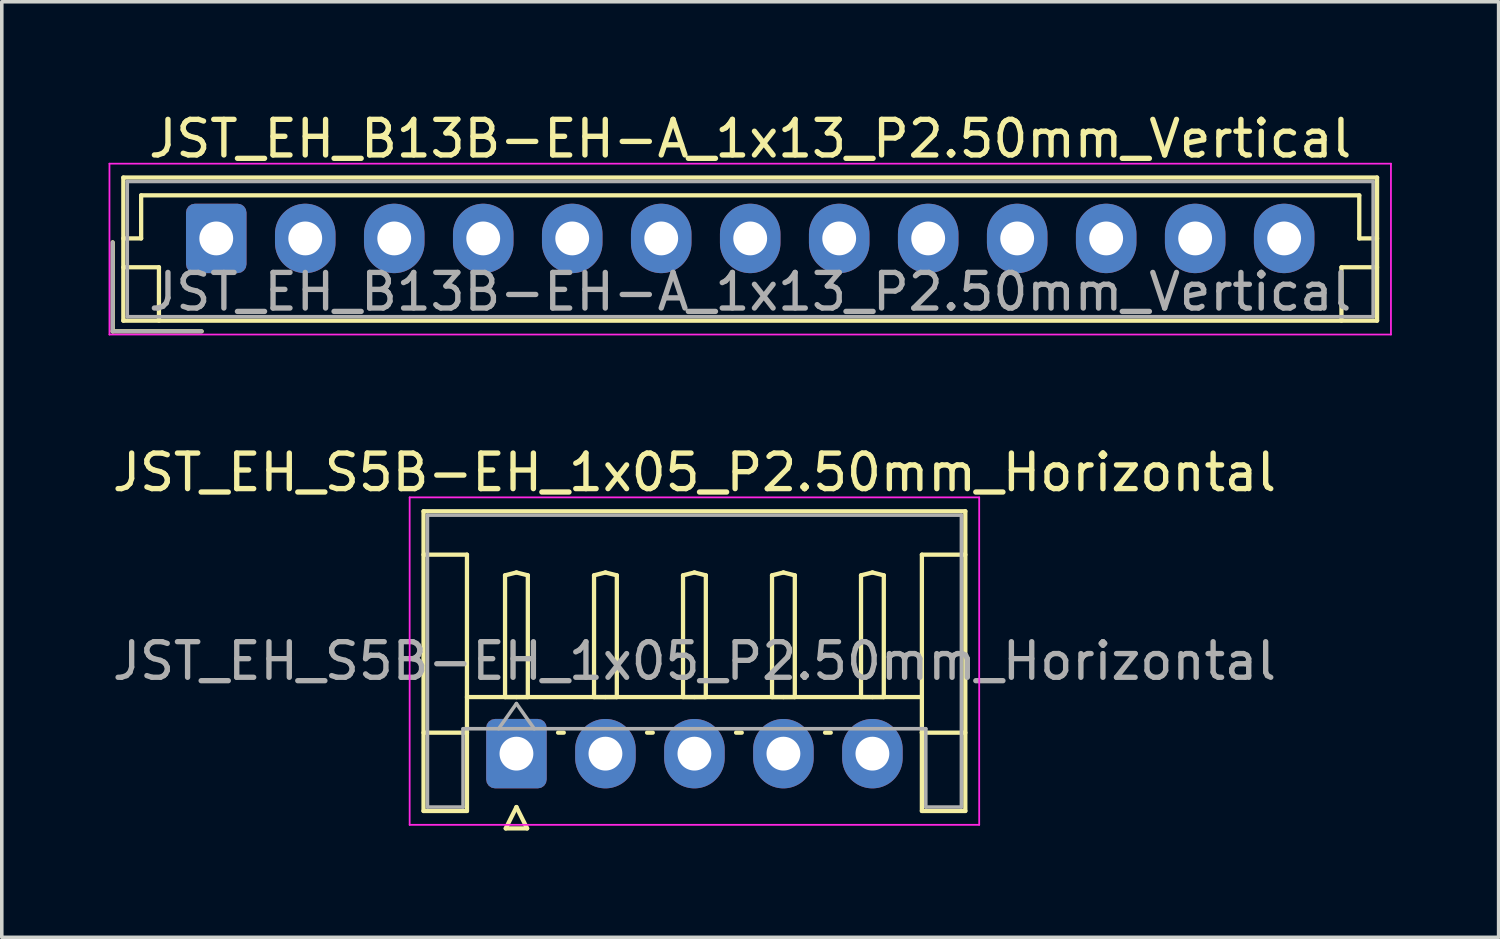
<source format=kicad_pcb>
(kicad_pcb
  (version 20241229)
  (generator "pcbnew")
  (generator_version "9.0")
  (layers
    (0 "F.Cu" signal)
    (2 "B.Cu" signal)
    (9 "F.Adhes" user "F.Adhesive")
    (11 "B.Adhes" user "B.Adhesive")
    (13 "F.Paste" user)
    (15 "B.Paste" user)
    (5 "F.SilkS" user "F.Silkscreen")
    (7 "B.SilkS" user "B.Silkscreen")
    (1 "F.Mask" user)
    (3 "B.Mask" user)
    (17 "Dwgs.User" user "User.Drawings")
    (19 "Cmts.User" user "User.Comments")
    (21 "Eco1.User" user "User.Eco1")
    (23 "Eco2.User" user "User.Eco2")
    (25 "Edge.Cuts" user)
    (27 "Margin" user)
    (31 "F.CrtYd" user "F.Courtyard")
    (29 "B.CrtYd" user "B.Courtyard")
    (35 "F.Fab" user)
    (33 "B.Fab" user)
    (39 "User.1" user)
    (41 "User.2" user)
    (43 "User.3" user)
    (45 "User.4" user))
  (footprint "JST_EH_S5B-EH_1x05_P2.50mm_Horizontal"
    (layer "F.Cu")
    (at 11.458 18.122)
    (property "Reference" "JST_EH_S5B-EH_1x05_P2.50mm_Horizontal" (at 5 -7.9 0) (layer "F.SilkS") (effects (font (size 1 1) (thickness 0.15))))
    (attr through_hole)
    (fp_line (start -2.61 -6.81) (end 12.61 -6.81) (stroke (width 0.12) (type solid)) (layer "F.SilkS"))
    (fp_line (start -2.61 -5.59) (end -1.39 -5.59) (stroke (width 0.12) (type solid)) (layer "F.SilkS"))
    (fp_line (start -2.61 1.61) (end -2.61 -6.81) (stroke (width 0.12) (type solid)) (layer "F.SilkS"))
    (fp_line (start -1.39 -5.59) (end -1.39 -0.59) (stroke (width 0.12) (type solid)) (layer "F.SilkS"))
    (fp_line (start -1.39 -1.59) (end 11.39 -1.59) (stroke (width 0.12) (type solid)) (layer "F.SilkS"))
    (fp_line (start -1.39 -0.59) (end -2.61 -0.59) (stroke (width 0.12) (type solid)) (layer "F.SilkS"))
    (fp_line (start -1.39 -0.59) (end -1.39 1.61) (stroke (width 0.12) (type solid)) (layer "F.SilkS"))
    (fp_line (start -1.39 1.61) (end -2.61 1.61) (stroke (width 0.12) (type solid)) (layer "F.SilkS"))
    (fp_line (start -0.32 -5.01) (end 0 -5.09) (stroke (width 0.12) (type solid)) (layer "F.SilkS"))
    (fp_line (start -0.32 -1.59) (end -0.32 -5.01) (stroke (width 0.12) (type solid)) (layer "F.SilkS"))
    (fp_line (start -0.3 2.1) (end 0.3 2.1) (stroke (width 0.12) (type solid)) (layer "F.SilkS"))
    (fp_line (start 0 -5.09) (end 0.32 -5.01) (stroke (width 0.12) (type solid)) (layer "F.SilkS"))
    (fp_line (start 0 -1.59) (end -0.32 -1.59) (stroke (width 0.12) (type solid)) (layer "F.SilkS"))
    (fp_line (start 0 1.5) (end -0.3 2.1) (stroke (width 0.12) (type solid)) (layer "F.SilkS"))
    (fp_line (start 0.3 2.1) (end 0 1.5) (stroke (width 0.12) (type solid)) (layer "F.SilkS"))
    (fp_line (start 0.32 -5.01) (end 0.32 -1.59) (stroke (width 0.12) (type solid)) (layer "F.SilkS"))
    (fp_line (start 0.32 -1.59) (end 0 -1.59) (stroke (width 0.12) (type solid)) (layer "F.SilkS"))
    (fp_line (start 1.17 -0.59) (end 1.33 -0.59) (stroke (width 0.12) (type solid)) (layer "F.SilkS"))
    (fp_line (start 2.18 -5.01) (end 2.5 -5.09) (stroke (width 0.12) (type solid)) (layer "F.SilkS"))
    (fp_line (start 2.18 -1.59) (end 2.18 -5.01) (stroke (width 0.12) (type solid)) (layer "F.SilkS"))
    (fp_line (start 2.5 -5.09) (end 2.82 -5.01) (stroke (width 0.12) (type solid)) (layer "F.SilkS"))
    (fp_line (start 2.5 -1.59) (end 2.18 -1.59) (stroke (width 0.12) (type solid)) (layer "F.SilkS"))
    (fp_line (start 2.82 -5.01) (end 2.82 -1.59) (stroke (width 0.12) (type solid)) (layer "F.SilkS"))
    (fp_line (start 2.82 -1.59) (end 2.5 -1.59) (stroke (width 0.12) (type solid)) (layer "F.SilkS"))
    (fp_line (start 3.67 -0.59) (end 3.83 -0.59) (stroke (width 0.12) (type solid)) (layer "F.SilkS"))
    (fp_line (start 4.68 -5.01) (end 5 -5.09) (stroke (width 0.12) (type solid)) (layer "F.SilkS"))
    (fp_line (start 4.68 -1.59) (end 4.68 -5.01) (stroke (width 0.12) (type solid)) (layer "F.SilkS"))
    (fp_line (start 5 -5.09) (end 5.32 -5.01) (stroke (width 0.12) (type solid)) (layer "F.SilkS"))
    (fp_line (start 5 -1.59) (end 4.68 -1.59) (stroke (width 0.12) (type solid)) (layer "F.SilkS"))
    (fp_line (start 5.32 -5.01) (end 5.32 -1.59) (stroke (width 0.12) (type solid)) (layer "F.SilkS"))
    (fp_line (start 5.32 -1.59) (end 5 -1.59) (stroke (width 0.12) (type solid)) (layer "F.SilkS"))
    (fp_line (start 6.17 -0.59) (end 6.33 -0.59) (stroke (width 0.12) (type solid)) (layer "F.SilkS"))
    (fp_line (start 7.18 -5.01) (end 7.5 -5.09) (stroke (width 0.12) (type solid)) (layer "F.SilkS"))
    (fp_line (start 7.18 -1.59) (end 7.18 -5.01) (stroke (width 0.12) (type solid)) (layer "F.SilkS"))
    (fp_line (start 7.5 -5.09) (end 7.82 -5.01) (stroke (width 0.12) (type solid)) (layer "F.SilkS"))
    (fp_line (start 7.5 -1.59) (end 7.18 -1.59) (stroke (width 0.12) (type solid)) (layer "F.SilkS"))
    (fp_line (start 7.82 -5.01) (end 7.82 -1.59) (stroke (width 0.12) (type solid)) (layer "F.SilkS"))
    (fp_line (start 7.82 -1.59) (end 7.5 -1.59) (stroke (width 0.12) (type solid)) (layer "F.SilkS"))
    (fp_line (start 8.67 -0.59) (end 8.83 -0.59) (stroke (width 0.12) (type solid)) (layer "F.SilkS"))
    (fp_line (start 9.68 -5.01) (end 10 -5.09) (stroke (width 0.12) (type solid)) (layer "F.SilkS"))
    (fp_line (start 9.68 -1.59) (end 9.68 -5.01) (stroke (width 0.12) (type solid)) (layer "F.SilkS"))
    (fp_line (start 10 -5.09) (end 10.32 -5.01) (stroke (width 0.12) (type solid)) (layer "F.SilkS"))
    (fp_line (start 10 -1.59) (end 9.68 -1.59) (stroke (width 0.12) (type solid)) (layer "F.SilkS"))
    (fp_line (start 10.32 -5.01) (end 10.32 -1.59) (stroke (width 0.12) (type solid)) (layer "F.SilkS"))
    (fp_line (start 10.32 -1.59) (end 10 -1.59) (stroke (width 0.12) (type solid)) (layer "F.SilkS"))
    (fp_line (start 11.39 -5.59) (end 11.39 -0.59) (stroke (width 0.12) (type solid)) (layer "F.SilkS"))
    (fp_line (start 11.39 -0.59) (end 12.61 -0.59) (stroke (width 0.12) (type solid)) (layer "F.SilkS"))
    (fp_line (start 11.39 1.61) (end 11.39 -0.59) (stroke (width 0.12) (type solid)) (layer "F.SilkS"))
    (fp_line (start 12.61 -6.81) (end 12.61 1.61) (stroke (width 0.12) (type solid)) (layer "F.SilkS"))
    (fp_line (start 12.61 -5.59) (end 11.39 -5.59) (stroke (width 0.12) (type solid)) (layer "F.SilkS"))
    (fp_line (start 12.61 1.61) (end 11.39 1.61) (stroke (width 0.12) (type solid)) (layer "F.SilkS"))
    (fp_line (start -3 -7.2) (end -3 2) (stroke (width 0.05) (type solid)) (layer "F.CrtYd"))
    (fp_line (start -3 2) (end 13 2) (stroke (width 0.05) (type solid)) (layer "F.CrtYd"))
    (fp_line (start 13 -7.2) (end -3 -7.2) (stroke (width 0.05) (type solid)) (layer "F.CrtYd"))
    (fp_line (start 13 2) (end 13 -7.2) (stroke (width 0.05) (type solid)) (layer "F.CrtYd"))
    (fp_line (start -2.5 -6.7) (end 12.5 -6.7) (stroke (width 0.1) (type solid)) (layer "F.Fab"))
    (fp_line (start -2.5 1.5) (end -2.5 -6.7) (stroke (width 0.1) (type solid)) (layer "F.Fab"))
    (fp_line (start -1.5 -0.7) (end -1.5 1.5) (stroke (width 0.1) (type solid)) (layer "F.Fab"))
    (fp_line (start -1.5 1.5) (end -2.5 1.5) (stroke (width 0.1) (type solid)) (layer "F.Fab"))
    (fp_line (start -0.5 -0.7) (end 0 -1.407) (stroke (width 0.1) (type solid)) (layer "F.Fab"))
    (fp_line (start 0 -1.407) (end 0.5 -0.7) (stroke (width 0.1) (type solid)) (layer "F.Fab"))
    (fp_line (start 11.5 -0.7) (end -1.5 -0.7) (stroke (width 0.1) (type solid)) (layer "F.Fab"))
    (fp_line (start 11.5 1.5) (end 11.5 -0.7) (stroke (width 0.1) (type solid)) (layer "F.Fab"))
    (fp_line (start 12.5 -6.7) (end 12.5 1.5) (stroke (width 0.1) (type solid)) (layer "F.Fab"))
    (fp_line (start 12.5 1.5) (end 11.5 1.5) (stroke (width 0.1) (type solid)) (layer "F.Fab"))
    (fp_text user "${REFERENCE}" (at 5 -2.6 0) (layer "F.Fab") (effects (font (size 1 1) (thickness 0.15))))
    (pad "1" thru_hole roundrect (at 0 0) (size 1.7 1.95) (drill 0.95) (layers "*.Cu" "*.Mask") (roundrect_rratio 0.147))
    (pad "2" thru_hole oval (at 2.5 0) (size 1.7 1.95) (drill 0.95) (layers "*.Cu" "*.Mask"))
    (pad "3" thru_hole oval (at 5 0) (size 1.7 1.95) (drill 0.95) (layers "*.Cu" "*.Mask"))
    (pad "4" thru_hole oval (at 7.5 0) (size 1.7 1.95) (drill 0.95) (layers "*.Cu" "*.Mask"))
    (pad "5" thru_hole oval (at 10 0) (size 1.7 1.95) (drill 0.95) (layers "*.Cu" "*.Mask")))
  (footprint "JST_EH_B13B-EH-A_1x13_P2.50mm_Vertical"
    (layer "F.Cu")
    (at 3.025 3.648)
    (property "Reference" "JST_EH_B13B-EH-A_1x13_P2.50mm_Vertical" (at 15 -2.8 0) (layer "F.SilkS") (effects (font (size 1 1) (thickness 0.15))))
    (attr through_hole)
    (fp_line (start -2.91 0.11) (end -2.91 2.61) (stroke (width 0.12) (type solid)) (layer "F.SilkS"))
    (fp_line (start -2.91 2.61) (end -0.41 2.61) (stroke (width 0.12) (type solid)) (layer "F.SilkS"))
    (fp_line (start -2.61 -1.71) (end -2.61 2.31) (stroke (width 0.12) (type solid)) (layer "F.SilkS"))
    (fp_line (start -2.61 0) (end -2.11 0) (stroke (width 0.12) (type solid)) (layer "F.SilkS"))
    (fp_line (start -2.61 0.81) (end -1.61 0.81) (stroke (width 0.12) (type solid)) (layer "F.SilkS"))
    (fp_line (start -2.61 2.31) (end 32.61 2.31) (stroke (width 0.12) (type solid)) (layer "F.SilkS"))
    (fp_line (start -2.11 -1.21) (end 32.11 -1.21) (stroke (width 0.12) (type solid)) (layer "F.SilkS"))
    (fp_line (start -2.11 0) (end -2.11 -1.21) (stroke (width 0.12) (type solid)) (layer "F.SilkS"))
    (fp_line (start -1.61 0.81) (end -1.61 2.31) (stroke (width 0.12) (type solid)) (layer "F.SilkS"))
    (fp_line (start 31.61 0.81) (end 31.61 2.31) (stroke (width 0.12) (type solid)) (layer "F.SilkS"))
    (fp_line (start 32.11 -1.21) (end 32.11 0) (stroke (width 0.12) (type solid)) (layer "F.SilkS"))
    (fp_line (start 32.11 0) (end 32.61 0) (stroke (width 0.12) (type solid)) (layer "F.SilkS"))
    (fp_line (start 32.61 -1.71) (end -2.61 -1.71) (stroke (width 0.12) (type solid)) (layer "F.SilkS"))
    (fp_line (start 32.61 0.81) (end 31.61 0.81) (stroke (width 0.12) (type solid)) (layer "F.SilkS"))
    (fp_line (start 32.61 2.31) (end 32.61 -1.71) (stroke (width 0.12) (type solid)) (layer "F.SilkS"))
    (fp_line (start -3 -2.1) (end -3 2.7) (stroke (width 0.05) (type solid)) (layer "F.CrtYd"))
    (fp_line (start -3 2.7) (end 33 2.7) (stroke (width 0.05) (type solid)) (layer "F.CrtYd"))
    (fp_line (start 33 -2.1) (end -3 -2.1) (stroke (width 0.05) (type solid)) (layer "F.CrtYd"))
    (fp_line (start 33 2.7) (end 33 -2.1) (stroke (width 0.05) (type solid)) (layer "F.CrtYd"))
    (fp_line (start -2.91 0.11) (end -2.91 2.61) (stroke (width 0.1) (type solid)) (layer "F.Fab"))
    (fp_line (start -2.91 2.61) (end -0.41 2.61) (stroke (width 0.1) (type solid)) (layer "F.Fab"))
    (fp_line (start -2.5 -1.6) (end -2.5 2.2) (stroke (width 0.1) (type solid)) (layer "F.Fab"))
    (fp_line (start -2.5 2.2) (end 32.5 2.2) (stroke (width 0.1) (type solid)) (layer "F.Fab"))
    (fp_line (start 32.5 -1.6) (end -2.5 -1.6) (stroke (width 0.1) (type solid)) (layer "F.Fab"))
    (fp_line (start 32.5 2.2) (end 32.5 -1.6) (stroke (width 0.1) (type solid)) (layer "F.Fab"))
    (fp_text user "${REFERENCE}" (at 15 1.5 0) (layer "F.Fab") (effects (font (size 1 1) (thickness 0.15))))
    (pad "1" thru_hole roundrect (at 0 0) (size 1.7 1.95) (drill 0.95) (layers "*.Cu" "*.Mask") (roundrect_rratio 0.147))
    (pad "2" thru_hole oval (at 2.5 0) (size 1.7 1.95) (drill 0.95) (layers "*.Cu" "*.Mask"))
    (pad "3" thru_hole oval (at 5 0) (size 1.7 1.95) (drill 0.95) (layers "*.Cu" "*.Mask"))
    (pad "4" thru_hole oval (at 7.5 0) (size 1.7 1.95) (drill 0.95) (layers "*.Cu" "*.Mask"))
    (pad "5" thru_hole oval (at 10 0) (size 1.7 1.95) (drill 0.95) (layers "*.Cu" "*.Mask"))
    (pad "6" thru_hole oval (at 12.5 0) (size 1.7 1.95) (drill 0.95) (layers "*.Cu" "*.Mask"))
    (pad "7" thru_hole oval (at 15 0) (size 1.7 1.95) (drill 0.95) (layers "*.Cu" "*.Mask"))
    (pad "8" thru_hole oval (at 17.5 0) (size 1.7 1.95) (drill 0.95) (layers "*.Cu" "*.Mask"))
    (pad "9" thru_hole oval (at 20 0) (size 1.7 1.95) (drill 0.95) (layers "*.Cu" "*.Mask"))
    (pad "10" thru_hole oval (at 22.5 0) (size 1.7 1.95) (drill 0.95) (layers "*.Cu" "*.Mask"))
    (pad "11" thru_hole oval (at 25 0) (size 1.7 1.95) (drill 0.95) (layers "*.Cu" "*.Mask"))
    (pad "12" thru_hole oval (at 27.5 0) (size 1.7 1.95) (drill 0.95) (layers "*.Cu" "*.Mask"))
    (pad "13" thru_hole oval (at 30 0) (size 1.7 1.95) (drill 0.95) (layers "*.Cu" "*.Mask")))
  (gr_rect
    (start -3 -3)
    (end 39.05 23.282)
    (stroke (width 0.1) (type default))
    (fill no)
    (layer "Edge.Cuts")))
</source>
